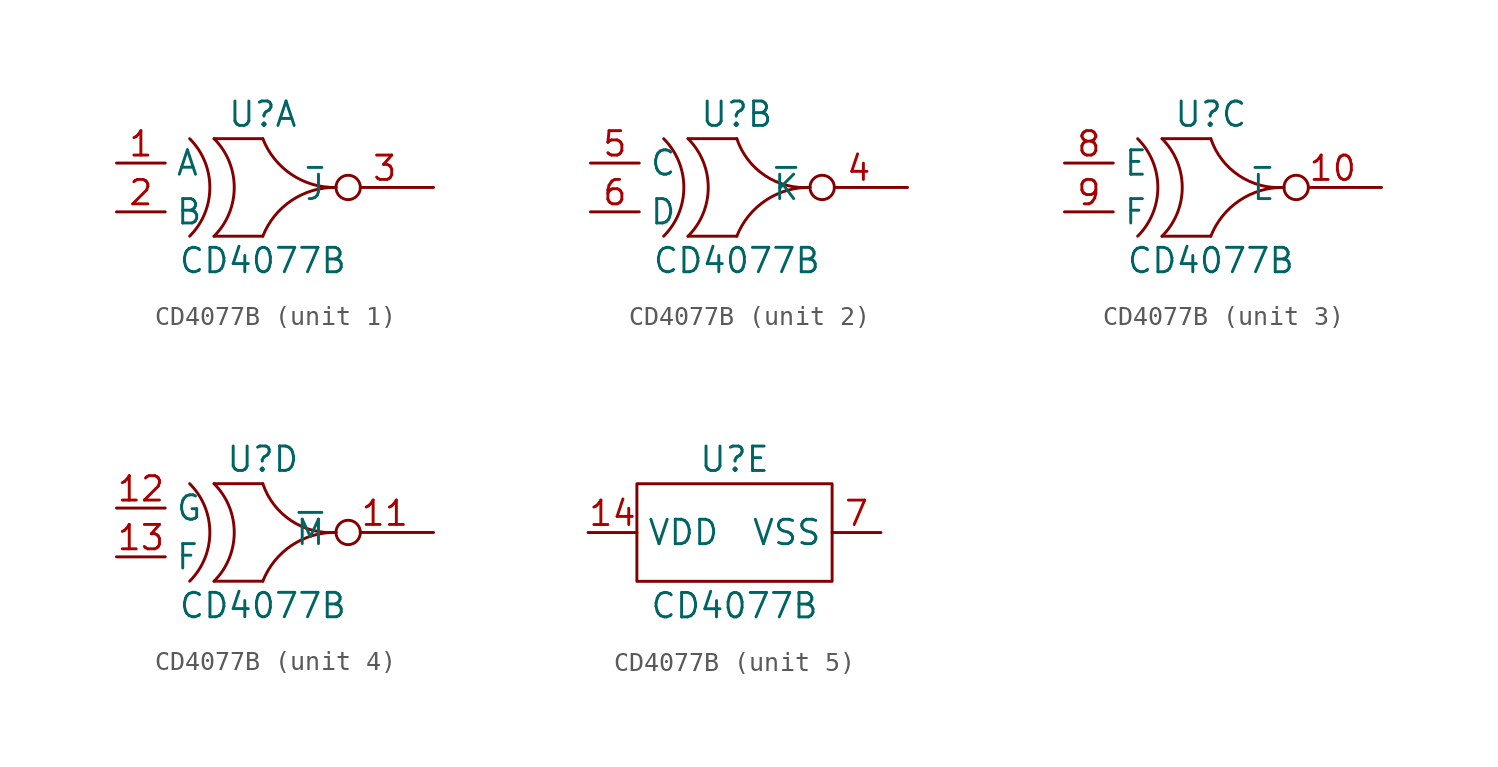
<source format=kicad_sym>
(kicad_symbol_lib
  (version 20211014)
  (generator kicad_symbol_editor)
  (symbol "CD4077B"
    (property "Reference" "U"
      (at 0 3.81 0)
      (effects (font (size 1.27 1.27))))
    (property "Value" "CD4077B"
      (at 0 -3.81 0)
      (effects (font (size 1.27 1.27))))
    (property "ki_locked" ""
      (at 0 0 0)
      (effects (font (size 1.27 1.27))))
    (symbol "CD4077B_1_1"
      (arc (start -3.81 -2.54) (mid -2.7579 0) (end -3.81 2.54) (stroke (width 0) (type default) (color 0 0 0 0)) (fill (type none)))
      (arc (start -2.54 -2.54) (mid -1.4879 0) (end -2.54 2.54) (stroke (width 0) (type default) (color 0 0 0 0)) (fill (type none)))
      (polyline (pts (xy -2.54 -2.54) (xy 0 -2.54)) (stroke (width 0) (type default) (color 0 0 0 0)) (fill (type none)))
      (polyline (pts (xy -2.54 2.54) (xy 0 2.54)) (stroke (width 0) (type default) (color 0 0 0 0)) (fill (type none)))
      (arc (start 0 2.54) (mid -2.1219 -4.7702) (end 3.81 0) (stroke (width 0) (type default) (color 0 0 0 0)) (fill (type none)))
      (arc (start 3.81 0) (mid -2.139 4.7962) (end 0 -2.54) (stroke (width 0) (type default) (color 0 0 0 0)) (fill (type none)))
      (pin input line (at -7.62 1.27 0) (length 2.54) (name "A" (effects (font (size 1.27 1.27)))) (number "1" (effects (font (size 1.27 1.27)))))
      (pin input line (at -7.62 -1.27 0) (length 2.54) (name "B" (effects (font (size 1.27 1.27)))) (number "2" (effects (font (size 1.27 1.27)))))
      (pin bidirectional inverted (at 8.89 0 180) (length 5.08) (name "~{J}" (effects (font (size 1.27 1.27)))) (number "3" (effects (font (size 1.27 1.27))))))
    (symbol "CD4077B_2_1"
      (arc (start -3.81 -2.54) (mid -2.7579 0) (end -3.81 2.54) (stroke (width 0) (type default) (color 0 0 0 0)) (fill (type none)))
      (arc (start -2.54 -2.54) (mid -1.4879 0) (end -2.54 2.54) (stroke (width 0) (type default) (color 0 0 0 0)) (fill (type none)))
      (polyline (pts (xy -2.54 -2.54) (xy 0 -2.54)) (stroke (width 0) (type default) (color 0 0 0 0)) (fill (type none)))
      (polyline (pts (xy -2.54 2.54) (xy 0 2.54)) (stroke (width 0) (type default) (color 0 0 0 0)) (fill (type none)))
      (arc (start 0 2.54) (mid -1.8035 -4.2928) (end 3.81 0) (stroke (width 0) (type default) (color 0 0 0 0)) (fill (type none)))
      (arc (start 3.81 0) (mid -2.139 4.7961) (end 0 -2.54) (stroke (width 0) (type default) (color 0 0 0 0)) (fill (type none)))
      (pin bidirectional inverted (at 8.89 0 180) (length 5.08) (name "~{K}" (effects (font (size 1.27 1.27)))) (number "4" (effects (font (size 1.27 1.27)))))
      (pin input line (at -7.62 1.27 0) (length 2.54) (name "C" (effects (font (size 1.27 1.27)))) (number "5" (effects (font (size 1.27 1.27)))))
      (pin input line (at -7.62 -1.27 0) (length 2.54) (name "D" (effects (font (size 1.27 1.27)))) (number "6" (effects (font (size 1.27 1.27))))))
    (symbol "CD4077B_3_1"
      (arc (start -3.81 -2.54) (mid -2.7579 0) (end -3.81 2.54) (stroke (width 0) (type default) (color 0 0 0 0)) (fill (type none)))
      (arc (start -2.54 -2.54) (mid -1.4879 0) (end -2.54 2.54) (stroke (width 0) (type default) (color 0 0 0 0)) (fill (type none)))
      (polyline (pts (xy -2.54 -2.54) (xy 0 -2.54)) (stroke (width 0) (type default) (color 0 0 0 0)) (fill (type none)))
      (polyline (pts (xy -2.54 2.54) (xy 0 2.54)) (stroke (width 0) (type default) (color 0 0 0 0)) (fill (type none)))
      (arc (start 0 2.54) (mid -1.8035 -4.2928) (end 3.81 0) (stroke (width 0) (type default) (color 0 0 0 0)) (fill (type none)))
      (arc (start 3.81 0) (mid -2.139 4.7961) (end 0 -2.54) (stroke (width 0) (type default) (color 0 0 0 0)) (fill (type none)))
      (pin bidirectional inverted (at 8.89 0 180) (length 5.08) (name "~{L}" (effects (font (size 1.27 1.27)))) (number "10" (effects (font (size 1.27 1.27)))))
      (pin input line (at -7.62 1.27 0) (length 2.54) (name "E" (effects (font (size 1.27 1.27)))) (number "8" (effects (font (size 1.27 1.27)))))
      (pin input line (at -7.62 -1.27 0) (length 2.54) (name "F" (effects (font (size 1.27 1.27)))) (number "9" (effects (font (size 1.27 1.27))))))
    (symbol "CD4077B_4_1"
      (arc (start -3.81 -2.54) (mid -2.7579 0) (end -3.81 2.54) (stroke (width 0) (type default) (color 0 0 0 0)) (fill (type none)))
      (arc (start -2.54 -2.54) (mid -1.4879 0) (end -2.54 2.54) (stroke (width 0) (type default) (color 0 0 0 0)) (fill (type none)))
      (polyline (pts (xy -2.54 -2.54) (xy 0 -2.54)) (stroke (width 0) (type default) (color 0 0 0 0)) (fill (type none)))
      (polyline (pts (xy -2.54 2.54) (xy 0 2.54)) (stroke (width 0) (type default) (color 0 0 0 0)) (fill (type none)))
      (arc (start 0 2.54) (mid -1.8035 -4.2928) (end 3.81 0) (stroke (width 0) (type default) (color 0 0 0 0)) (fill (type none)))
      (arc (start 3.81 0) (mid -2.139 4.7961) (end 0 -2.54) (stroke (width 0) (type default) (color 0 0 0 0)) (fill (type none)))
      (pin bidirectional inverted (at 8.89 0 180) (length 5.08) (name "~{M}" (effects (font (size 1.27 1.27)))) (number "11" (effects (font (size 1.27 1.27)))))
      (pin input line (at -7.62 1.27 0) (length 2.54) (name "G" (effects (font (size 1.27 1.27)))) (number "12" (effects (font (size 1.27 1.27)))))
      (pin input line (at -7.62 -1.27 0) (length 2.54) (name "F" (effects (font (size 1.27 1.27)))) (number "13" (effects (font (size 1.27 1.27))))))
    (symbol "CD4077B_5_1"
      (rectangle (start -5.08 2.54) (end 5.08 -2.54) (stroke (width 0) (type default) (color 0 0 0 0)) (fill (type none)))
      (pin bidirectional line (at -7.62 0 0) (length 2.54) (name "VDD" (effects (font (size 1.27 1.27)))) (number "14" (effects (font (size 1.27 1.27)))))
      (pin bidirectional line (at 7.62 0 180) (length 2.54) (name "VSS" (effects (font (size 1.27 1.27)))) (number "7" (effects (font (size 1.27 1.27))))))))
</source>
